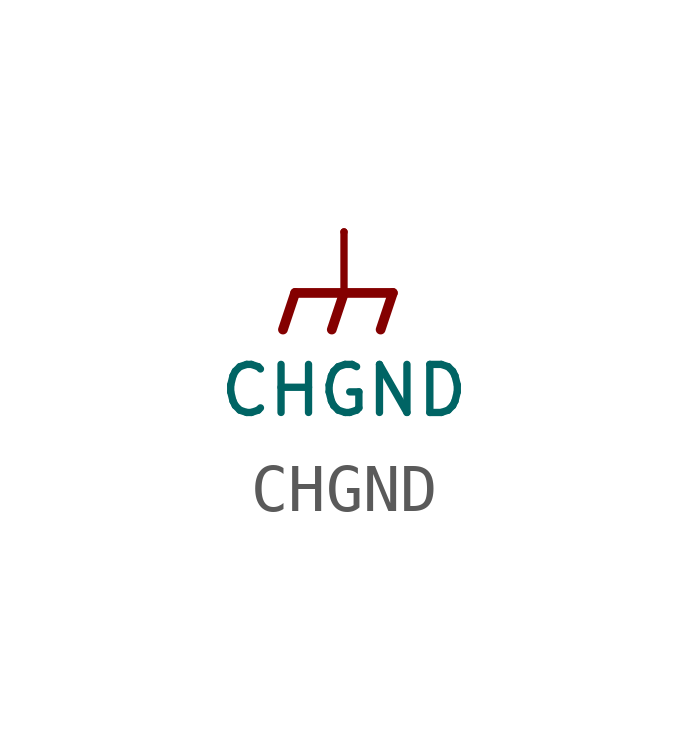
<source format=kicad_sym>
(kicad_symbol_lib
  (version 20241209)
  (generator "kicad_symbol_editor")
  (generator_version "9.0")
  (symbol "CHGND"
    (power)
    (pin_numbers
      (hide yes))
    (pin_names
      (offset 0)
      (hide yes))
    (property "Reference" "#PWR"
      (at 0 -5.08 0)
      (effects (font (size 1.27 1.27)) (hide yes)))
    (property "Value" "CHGND"
      (at 0 -3.302 0)
      (effects (font (size 1 1))))
    (symbol "CHGND_0_1"
      (polyline (pts (xy -1.016 -1.27) (xy -1.27 -2.032) (xy -1.27 -2.032)) (stroke (width 0.203) (type default)) (fill (type none)))
      (polyline (pts (xy 0 -1.27) (xy 0 0)) (stroke (width 0) (type default)) (fill (type none)))
      (polyline (pts (xy 0 -1.27) (xy -0.254 -2.032) (xy -0.254 -2.032)) (stroke (width 0.203) (type default)) (fill (type none)))
      (polyline (pts (xy 1.016 -1.27) (xy -1.016 -1.27) (xy -1.016 -1.27)) (stroke (width 0.203) (type default)) (fill (type none)))
      (polyline (pts (xy 1.016 -1.27) (xy 0.762 -2.032) (xy 0.762 -2.032) (xy 0.762 -2.032)) (stroke (width 0.203) (type default)) (fill (type none))))
    (symbol "CHGND_1_1"
      (pin power_in line (at 0 0 270) (length 0) (name "~" (effects (font (size 1.27 1.27)))) (number "1" (effects (font (size 1.27 1.27))))))))
</source>
